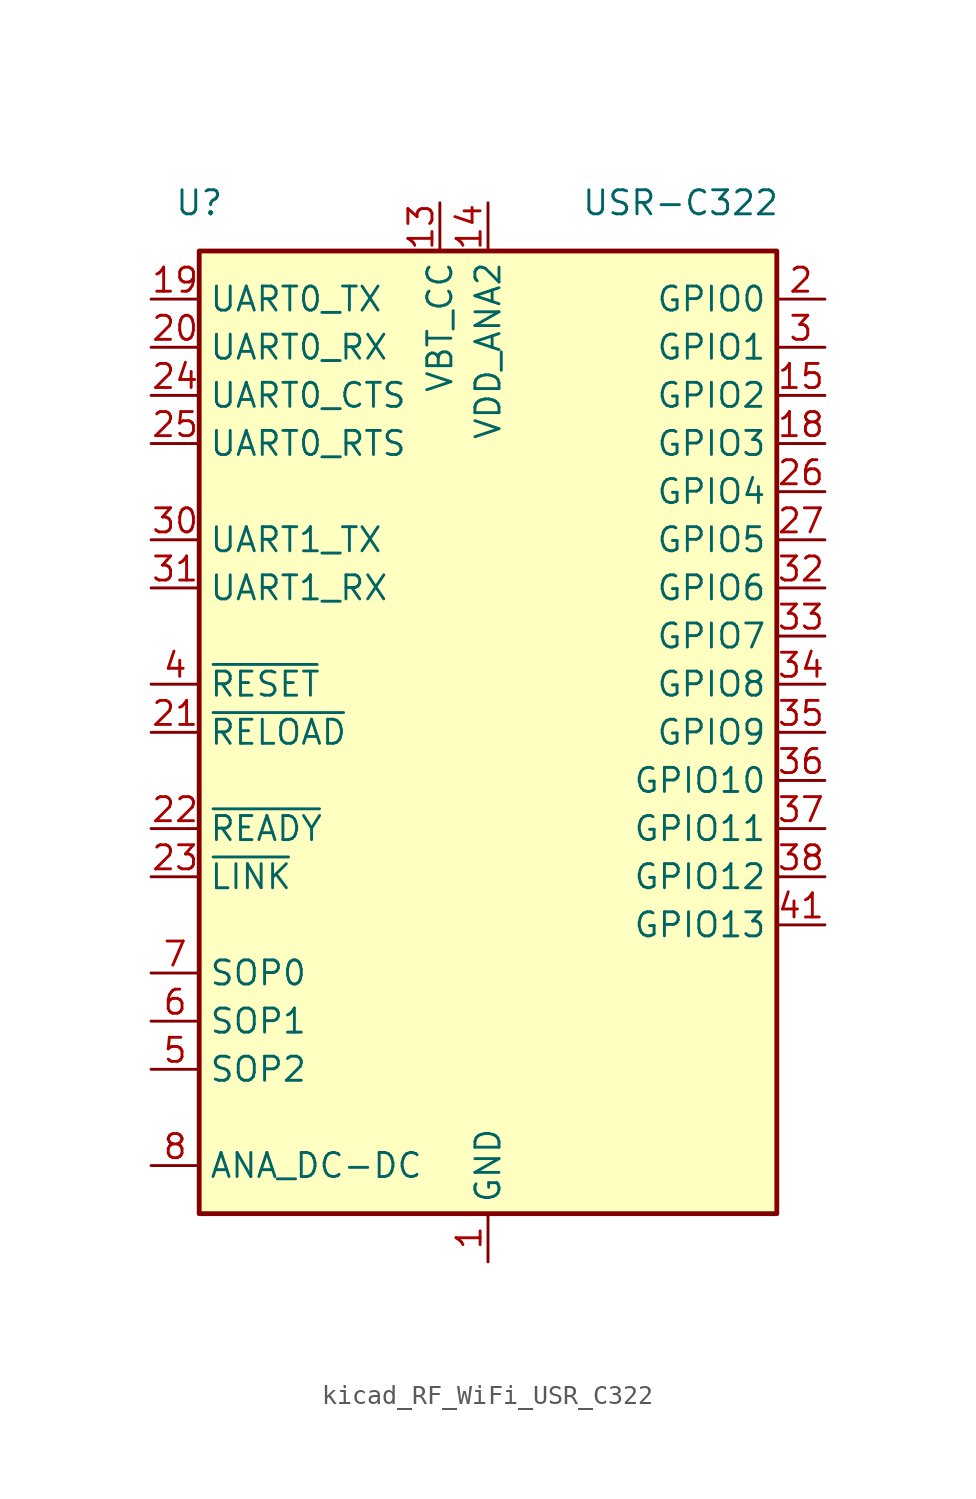
<source format=kicad_sym>
(kicad_symbol_lib
  (version 20220914)
  (generator kicad_symbol_editor)
  (symbol "kicad_RF_WiFi_USR_C322"
    (property "Reference" "U"
      (at -15.24 27.94 0)
      (effects (font (size 1.27 1.27))))
    (property "Value" "USR-C322"
      (at 10.16 27.94 0)
      (effects (font (size 1.27 1.27))))
    (symbol "kicad_RF_WiFi_USR_C322_1_1"
      (rectangle (start -15.24 25.4) (end 15.24 -25.4) (stroke (width 0.254) (type default)) (fill (type background)))
      (pin power_in line (at 0 -27.94 90) (length 2.54) (name "GND" (effects (font (size 1.27 1.27)))) (number "1" (effects (font (size 1.27 1.27)))))
      (pin no_connect line (at 15.24 -15.24 180) (length 2.54) hide (name "NC" (effects (font (size 1.27 1.27)))) (number "10" (effects (font (size 1.27 1.27)))))
      (pin passive line (at 0 -27.94 90) (length 2.54) hide (name "GND" (effects (font (size 1.27 1.27)))) (number "11" (effects (font (size 1.27 1.27)))))
      (pin passive line (at 0 -27.94 90) (length 2.54) hide (name "GND" (effects (font (size 1.27 1.27)))) (number "12" (effects (font (size 1.27 1.27)))))
      (pin power_in line (at -2.54 27.94 270) (length 2.54) (name "VBT_CC" (effects (font (size 1.27 1.27)))) (number "13" (effects (font (size 1.27 1.27)))))
      (pin power_in line (at 0 27.94 270) (length 2.54) (name "VDD_ANA2" (effects (font (size 1.27 1.27)))) (number "14" (effects (font (size 1.27 1.27)))))
      (pin bidirectional line (at 17.78 17.78 180) (length 2.54) (name "GPIO2" (effects (font (size 1.27 1.27)))) (number "15" (effects (font (size 1.27 1.27)))))
      (pin no_connect line (at 15.24 -17.78 180) (length 2.54) hide (name "NC" (effects (font (size 1.27 1.27)))) (number "16" (effects (font (size 1.27 1.27)))))
      (pin passive line (at 0 -27.94 90) (length 2.54) hide (name "GND" (effects (font (size 1.27 1.27)))) (number "17" (effects (font (size 1.27 1.27)))))
      (pin bidirectional line (at 17.78 15.24 180) (length 2.54) (name "GPIO3" (effects (font (size 1.27 1.27)))) (number "18" (effects (font (size 1.27 1.27)))))
      (pin output line (at -17.78 22.86 0) (length 2.54) (name "UART0_TX" (effects (font (size 1.27 1.27)))) (number "19" (effects (font (size 1.27 1.27)))))
      (pin bidirectional line (at 17.78 22.86 180) (length 2.54) (name "GPIO0" (effects (font (size 1.27 1.27)))) (number "2" (effects (font (size 1.27 1.27)))))
      (pin input line (at -17.78 20.32 0) (length 2.54) (name "UART0_RX" (effects (font (size 1.27 1.27)))) (number "20" (effects (font (size 1.27 1.27)))))
      (pin input line (at -17.78 0 0) (length 2.54) (name "~{RELOAD}" (effects (font (size 1.27 1.27)))) (number "21" (effects (font (size 1.27 1.27)))))
      (pin open_collector line (at -17.78 -5.08 0) (length 2.54) (name "~{READY}" (effects (font (size 1.27 1.27)))) (number "22" (effects (font (size 1.27 1.27)))))
      (pin open_collector line (at -17.78 -7.62 0) (length 2.54) (name "~{LINK}" (effects (font (size 1.27 1.27)))) (number "23" (effects (font (size 1.27 1.27)))))
      (pin input line (at -17.78 17.78 0) (length 2.54) (name "UART0_CTS" (effects (font (size 1.27 1.27)))) (number "24" (effects (font (size 1.27 1.27)))))
      (pin output line (at -17.78 15.24 0) (length 2.54) (name "UART0_RTS" (effects (font (size 1.27 1.27)))) (number "25" (effects (font (size 1.27 1.27)))))
      (pin bidirectional line (at 17.78 12.7 180) (length 2.54) (name "GPIO4" (effects (font (size 1.27 1.27)))) (number "26" (effects (font (size 1.27 1.27)))))
      (pin bidirectional line (at 17.78 10.16 180) (length 2.54) (name "GPIO5" (effects (font (size 1.27 1.27)))) (number "27" (effects (font (size 1.27 1.27)))))
      (pin passive line (at 0 -27.94 90) (length 2.54) hide (name "GND" (effects (font (size 1.27 1.27)))) (number "28" (effects (font (size 1.27 1.27)))))
      (pin passive line (at 0 -27.94 90) (length 2.54) hide (name "GND" (effects (font (size 1.27 1.27)))) (number "29" (effects (font (size 1.27 1.27)))))
      (pin bidirectional line (at 17.78 20.32 180) (length 2.54) (name "GPIO1" (effects (font (size 1.27 1.27)))) (number "3" (effects (font (size 1.27 1.27)))))
      (pin output line (at -17.78 10.16 0) (length 2.54) (name "UART1_TX" (effects (font (size 1.27 1.27)))) (number "30" (effects (font (size 1.27 1.27)))))
      (pin input line (at -17.78 7.62 0) (length 2.54) (name "UART1_RX" (effects (font (size 1.27 1.27)))) (number "31" (effects (font (size 1.27 1.27)))))
      (pin bidirectional line (at 17.78 7.62 180) (length 2.54) (name "GPIO6" (effects (font (size 1.27 1.27)))) (number "32" (effects (font (size 1.27 1.27)))))
      (pin bidirectional line (at 17.78 5.08 180) (length 2.54) (name "GPIO7" (effects (font (size 1.27 1.27)))) (number "33" (effects (font (size 1.27 1.27)))))
      (pin bidirectional line (at 17.78 2.54 180) (length 2.54) (name "GPIO8" (effects (font (size 1.27 1.27)))) (number "34" (effects (font (size 1.27 1.27)))))
      (pin bidirectional line (at 17.78 0 180) (length 2.54) (name "GPIO9" (effects (font (size 1.27 1.27)))) (number "35" (effects (font (size 1.27 1.27)))))
      (pin bidirectional line (at 17.78 -2.54 180) (length 2.54) (name "GPIO10" (effects (font (size 1.27 1.27)))) (number "36" (effects (font (size 1.27 1.27)))))
      (pin bidirectional line (at 17.78 -5.08 180) (length 2.54) (name "GPIO11" (effects (font (size 1.27 1.27)))) (number "37" (effects (font (size 1.27 1.27)))))
      (pin bidirectional line (at 17.78 -7.62 180) (length 2.54) (name "GPIO12" (effects (font (size 1.27 1.27)))) (number "38" (effects (font (size 1.27 1.27)))))
      (pin no_connect line (at 15.24 -20.32 180) (length 2.54) hide (name "NC" (effects (font (size 1.27 1.27)))) (number "39" (effects (font (size 1.27 1.27)))))
      (pin input line (at -17.78 2.54 0) (length 2.54) (name "~{RESET}" (effects (font (size 1.27 1.27)))) (number "4" (effects (font (size 1.27 1.27)))))
      (pin no_connect line (at 15.24 -22.86 180) (length 2.54) hide (name "NC" (effects (font (size 1.27 1.27)))) (number "40" (effects (font (size 1.27 1.27)))))
      (pin bidirectional line (at 17.78 -10.16 180) (length 2.54) (name "GPIO13" (effects (font (size 1.27 1.27)))) (number "41" (effects (font (size 1.27 1.27)))))
      (pin no_connect line (at 7.62 -25.4 90) (length 2.54) hide (name "NC" (effects (font (size 1.27 1.27)))) (number "42" (effects (font (size 1.27 1.27)))))
      (pin no_connect line (at 5.08 -25.4 90) (length 2.54) hide (name "NC" (effects (font (size 1.27 1.27)))) (number "43" (effects (font (size 1.27 1.27)))))
      (pin passive line (at 0 -27.94 90) (length 2.54) hide (name "GND" (effects (font (size 1.27 1.27)))) (number "44" (effects (font (size 1.27 1.27)))))
      (pin passive line (at -17.78 -17.78 0) (length 2.54) (name "SOP2" (effects (font (size 1.27 1.27)))) (number "5" (effects (font (size 1.27 1.27)))))
      (pin passive line (at -17.78 -15.24 0) (length 2.54) (name "SOP1" (effects (font (size 1.27 1.27)))) (number "6" (effects (font (size 1.27 1.27)))))
      (pin passive line (at -17.78 -12.7 0) (length 2.54) (name "SOP0" (effects (font (size 1.27 1.27)))) (number "7" (effects (font (size 1.27 1.27)))))
      (pin passive line (at -17.78 -22.86 0) (length 2.54) (name "ANA_DC-DC" (effects (font (size 1.27 1.27)))) (number "8" (effects (font (size 1.27 1.27)))))
      (pin no_connect line (at 15.24 -12.7 180) (length 2.54) hide (name "NC" (effects (font (size 1.27 1.27)))) (number "9" (effects (font (size 1.27 1.27))))))))
</source>
